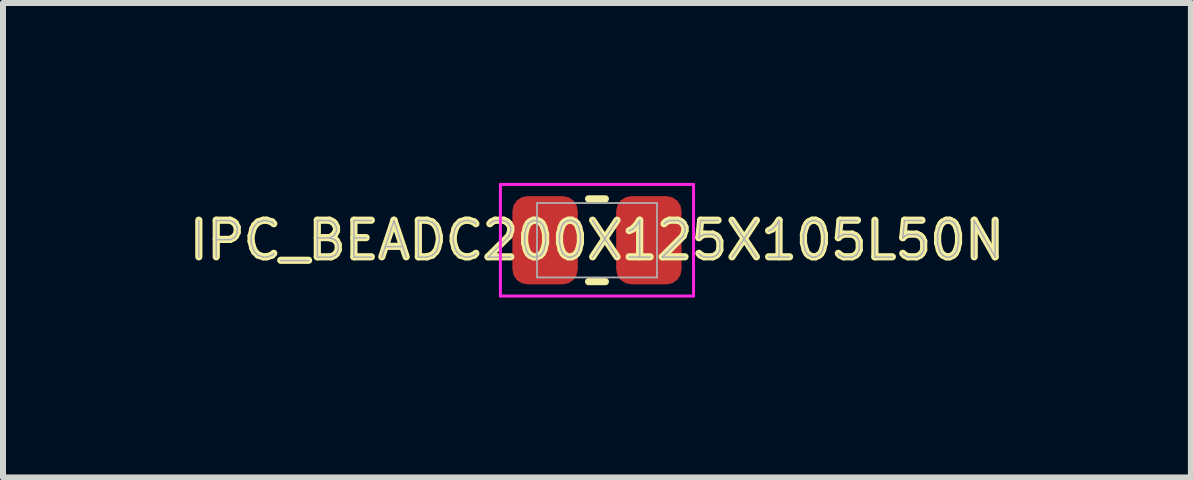
<source format=kicad_pcb>
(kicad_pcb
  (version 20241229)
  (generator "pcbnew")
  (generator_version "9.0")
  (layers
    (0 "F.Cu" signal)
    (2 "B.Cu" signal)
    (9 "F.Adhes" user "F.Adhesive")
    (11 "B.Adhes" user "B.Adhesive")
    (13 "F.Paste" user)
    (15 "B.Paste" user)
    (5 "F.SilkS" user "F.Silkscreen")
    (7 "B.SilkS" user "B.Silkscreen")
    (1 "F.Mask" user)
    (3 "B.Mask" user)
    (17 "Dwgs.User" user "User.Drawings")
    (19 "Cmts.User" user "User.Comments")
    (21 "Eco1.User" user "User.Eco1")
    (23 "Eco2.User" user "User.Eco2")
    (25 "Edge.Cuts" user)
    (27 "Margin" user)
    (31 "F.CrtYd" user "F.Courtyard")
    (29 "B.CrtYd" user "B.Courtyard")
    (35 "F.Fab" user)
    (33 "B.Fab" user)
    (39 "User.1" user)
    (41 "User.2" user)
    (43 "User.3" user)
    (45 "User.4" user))
  (footprint "IPC_BEADC200X125X105L50N"
    (layer "F.Cu")
    (at 6.902 0.955)
    (property "Reference" "IPC_BEADC200X125X105L50N" (at 0 0 0) (layer "F.SilkS") (effects (font (size 0.61 0.61) (thickness 0.12))))
    (attr smd)
    (fp_line (start -0.14 0.69) (end 0.14 0.69) (stroke (width 0.12) (type solid)) (layer "F.SilkS"))
    (fp_line (start 0.14 -0.69) (end -0.14 -0.69) (stroke (width 0.12) (type solid)) (layer "F.SilkS"))
    (fp_line (start -1.61 -0.93) (end 1.61 -0.93) (stroke (width 0.05) (type solid)) (layer "F.CrtYd"))
    (fp_line (start -1.61 0.93) (end -1.61 -0.93) (stroke (width 0.05) (type solid)) (layer "F.CrtYd"))
    (fp_line (start 1.61 -0.93) (end 1.61 0.93) (stroke (width 0.05) (type solid)) (layer "F.CrtYd"))
    (fp_line (start 1.61 0.93) (end -1.61 0.93) (stroke (width 0.05) (type solid)) (layer "F.CrtYd"))
    (fp_line (start -1 -0.62) (end 1 -0.62) (stroke (width 0.03) (type solid)) (layer "F.Fab"))
    (fp_line (start -1 0.62) (end -1 -0.62) (stroke (width 0.03) (type solid)) (layer "F.Fab"))
    (fp_line (start 1 -0.62) (end 1 0.62) (stroke (width 0.03) (type solid)) (layer "F.Fab"))
    (fp_line (start 1 0.62) (end -1 0.62) (stroke (width 0.03) (type solid)) (layer "F.Fab"))
    (fp_text user "${REFERENCE}" (at 0 0 0) (layer "F.Fab") (effects (font (size 0.61 0.61) (thickness 0.025))))
    (pad "1" smd roundrect (at -0.865 0) (size 1.09 1.47) (layers "F.Cu" "F.Mask" "F.Paste") (roundrect_rratio 0.229))
    (pad "2" smd roundrect (at 0.865 0) (size 1.09 1.47) (layers "F.Cu" "F.Mask" "F.Paste") (roundrect_rratio 0.229)))
  (gr_rect
    (start -3 -3)
    (end 16.803 4.91)
    (stroke (width 0.1) (type default))
    (fill no)
    (layer "Edge.Cuts")))
</source>
